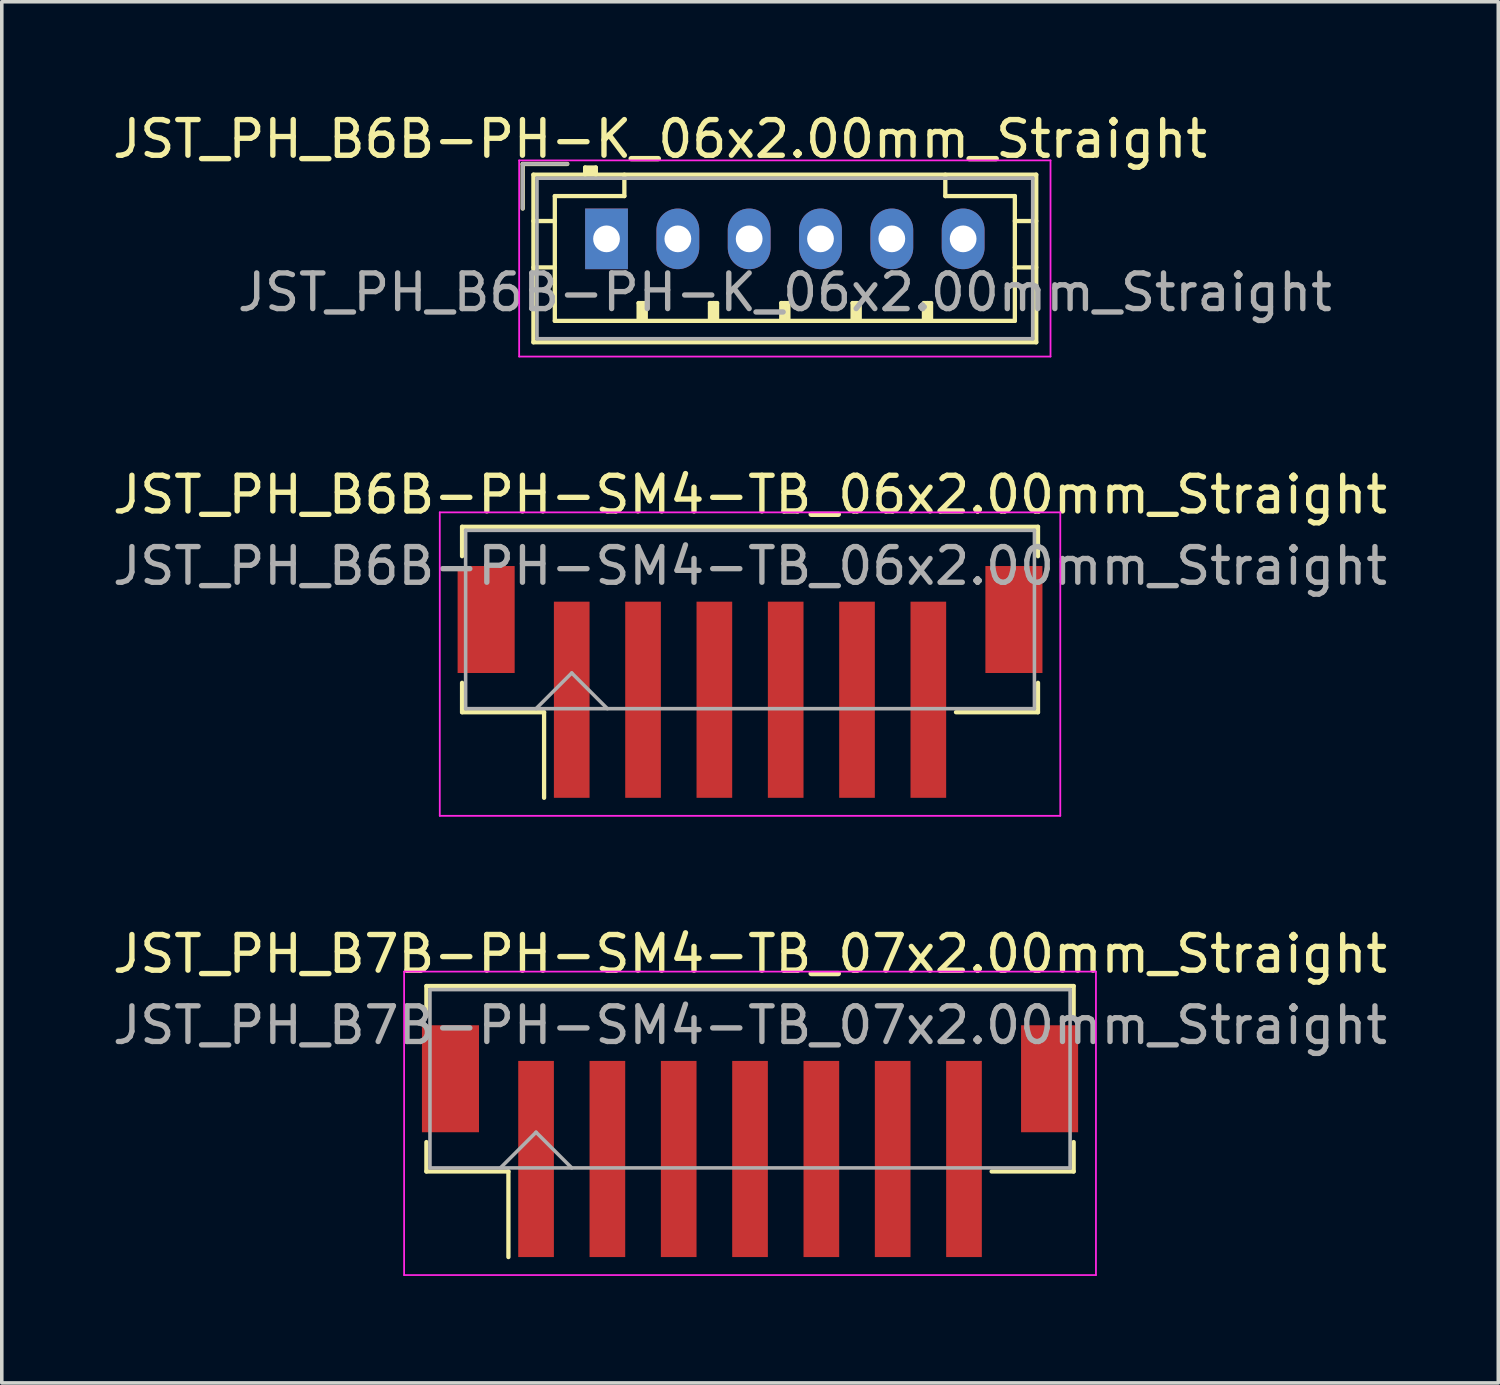
<source format=kicad_pcb>
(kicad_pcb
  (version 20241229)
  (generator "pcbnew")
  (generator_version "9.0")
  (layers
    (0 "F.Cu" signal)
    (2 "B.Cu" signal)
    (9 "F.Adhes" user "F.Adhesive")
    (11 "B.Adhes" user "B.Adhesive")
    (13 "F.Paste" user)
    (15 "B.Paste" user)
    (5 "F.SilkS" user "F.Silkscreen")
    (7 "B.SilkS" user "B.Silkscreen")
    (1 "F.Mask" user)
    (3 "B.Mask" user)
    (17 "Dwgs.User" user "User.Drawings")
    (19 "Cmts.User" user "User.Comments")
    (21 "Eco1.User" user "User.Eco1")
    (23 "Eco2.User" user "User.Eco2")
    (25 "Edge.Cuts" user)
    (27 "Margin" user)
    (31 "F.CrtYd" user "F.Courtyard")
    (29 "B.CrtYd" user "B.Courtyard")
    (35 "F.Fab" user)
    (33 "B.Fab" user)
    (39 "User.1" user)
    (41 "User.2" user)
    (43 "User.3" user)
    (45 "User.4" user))
  (footprint "JST_PH_B6B-PH-SM4-TB_06x2.00mm_Straight"
    (layer "F.Cu")
    (at 17.982 15.447)
    (property "Reference" "JST_PH_B6B-PH-SM4-TB_06x2.00mm_Straight" (at 0 -4.625 0) (layer "F.SilkS") (effects (font (size 1 1) (thickness 0.15))))
    (attr smd)
    (fp_line (start -8.075 -3.725) (end 8.075 -3.725) (stroke (width 0.12) (type solid)) (layer "F.SilkS"))
    (fp_line (start -8.075 -2.9) (end -8.075 -3.725) (stroke (width 0.12) (type solid)) (layer "F.SilkS"))
    (fp_line (start -8.075 0.65) (end -8.075 1.475) (stroke (width 0.12) (type solid)) (layer "F.SilkS"))
    (fp_line (start -8.075 1.475) (end -5.775 1.475) (stroke (width 0.12) (type solid)) (layer "F.SilkS"))
    (fp_line (start -5.775 1.475) (end -5.775 3.875) (stroke (width 0.12) (type solid)) (layer "F.SilkS"))
    (fp_line (start 8.075 -3.725) (end 8.075 -2.9) (stroke (width 0.12) (type solid)) (layer "F.SilkS"))
    (fp_line (start 8.075 0.65) (end 8.075 1.475) (stroke (width 0.12) (type solid)) (layer "F.SilkS"))
    (fp_line (start 8.075 1.475) (end 5.775 1.475) (stroke (width 0.12) (type solid)) (layer "F.SilkS"))
    (fp_line (start -8.7 -4.13) (end -8.7 4.38) (stroke (width 0.05) (type solid)) (layer "F.CrtYd"))
    (fp_line (start -8.7 4.38) (end 8.7 4.38) (stroke (width 0.05) (type solid)) (layer "F.CrtYd"))
    (fp_line (start 8.7 -4.13) (end -8.7 -4.13) (stroke (width 0.05) (type solid)) (layer "F.CrtYd"))
    (fp_line (start 8.7 4.38) (end 8.7 -4.13) (stroke (width 0.05) (type solid)) (layer "F.CrtYd"))
    (fp_line (start -7.975 -3.625) (end -7.975 1.375) (stroke (width 0.1) (type solid)) (layer "F.Fab"))
    (fp_line (start -7.975 1.375) (end 7.975 1.375) (stroke (width 0.1) (type solid)) (layer "F.Fab"))
    (fp_line (start -6 1.375) (end -5 0.375) (stroke (width 0.1) (type solid)) (layer "F.Fab"))
    (fp_line (start -5 0.375) (end -4 1.375) (stroke (width 0.1) (type solid)) (layer "F.Fab"))
    (fp_line (start 7.975 -3.625) (end -7.975 -3.625) (stroke (width 0.1) (type solid)) (layer "F.Fab"))
    (fp_line (start 7.975 1.375) (end 7.975 -3.625) (stroke (width 0.1) (type solid)) (layer "F.Fab"))
    (fp_text user "${REFERENCE}" (at 0 -2.625 0) (layer "F.Fab") (effects (font (size 1 1) (thickness 0.15))))
    (pad "" smd rect (at -7.4 -1.125) (size 1.6 3) (layers "F.Cu" "F.Mask" "F.Paste"))
    (pad "" smd rect (at 7.4 -1.125) (size 1.6 3) (layers "F.Cu" "F.Mask" "F.Paste"))
    (pad "1" smd rect (at -5 1.125) (size 1 5.5) (layers "F.Cu" "F.Mask" "F.Paste"))
    (pad "2" smd rect (at -3 1.125) (size 1 5.5) (layers "F.Cu" "F.Mask" "F.Paste"))
    (pad "3" smd rect (at -1 1.125) (size 1 5.5) (layers "F.Cu" "F.Mask" "F.Paste"))
    (pad "4" smd rect (at 1 1.125) (size 1 5.5) (layers "F.Cu" "F.Mask" "F.Paste"))
    (pad "5" smd rect (at 3 1.125) (size 1 5.5) (layers "F.Cu" "F.Mask" "F.Paste"))
    (pad "6" smd rect (at 5 1.125) (size 1 5.5) (layers "F.Cu" "F.Mask" "F.Paste")))
  (footprint "JST_PH_B7B-PH-SM4-TB_07x2.00mm_Straight"
    (layer "F.Cu")
    (at 17.982 28.325)
    (property "Reference" "JST_PH_B7B-PH-SM4-TB_07x2.00mm_Straight" (at 0 -4.625 0) (layer "F.SilkS") (effects (font (size 1 1) (thickness 0.15))))
    (attr smd)
    (fp_line (start -9.075 -3.725) (end 9.075 -3.725) (stroke (width 0.12) (type solid)) (layer "F.SilkS"))
    (fp_line (start -9.075 -2.9) (end -9.075 -3.725) (stroke (width 0.12) (type solid)) (layer "F.SilkS"))
    (fp_line (start -9.075 0.65) (end -9.075 1.475) (stroke (width 0.12) (type solid)) (layer "F.SilkS"))
    (fp_line (start -9.075 1.475) (end -6.775 1.475) (stroke (width 0.12) (type solid)) (layer "F.SilkS"))
    (fp_line (start -6.775 1.475) (end -6.775 3.875) (stroke (width 0.12) (type solid)) (layer "F.SilkS"))
    (fp_line (start 9.075 -3.725) (end 9.075 -2.9) (stroke (width 0.12) (type solid)) (layer "F.SilkS"))
    (fp_line (start 9.075 0.65) (end 9.075 1.475) (stroke (width 0.12) (type solid)) (layer "F.SilkS"))
    (fp_line (start 9.075 1.475) (end 6.775 1.475) (stroke (width 0.12) (type solid)) (layer "F.SilkS"))
    (fp_line (start -9.7 -4.13) (end -9.7 4.38) (stroke (width 0.05) (type solid)) (layer "F.CrtYd"))
    (fp_line (start -9.7 4.38) (end 9.7 4.38) (stroke (width 0.05) (type solid)) (layer "F.CrtYd"))
    (fp_line (start 9.7 -4.13) (end -9.7 -4.13) (stroke (width 0.05) (type solid)) (layer "F.CrtYd"))
    (fp_line (start 9.7 4.38) (end 9.7 -4.13) (stroke (width 0.05) (type solid)) (layer "F.CrtYd"))
    (fp_line (start -8.975 -3.625) (end -8.975 1.375) (stroke (width 0.1) (type solid)) (layer "F.Fab"))
    (fp_line (start -8.975 1.375) (end 8.975 1.375) (stroke (width 0.1) (type solid)) (layer "F.Fab"))
    (fp_line (start -7 1.375) (end -6 0.375) (stroke (width 0.1) (type solid)) (layer "F.Fab"))
    (fp_line (start -6 0.375) (end -5 1.375) (stroke (width 0.1) (type solid)) (layer "F.Fab"))
    (fp_line (start 8.975 -3.625) (end -8.975 -3.625) (stroke (width 0.1) (type solid)) (layer "F.Fab"))
    (fp_line (start 8.975 1.375) (end 8.975 -3.625) (stroke (width 0.1) (type solid)) (layer "F.Fab"))
    (fp_text user "${REFERENCE}" (at 0 -2.625 0) (layer "F.Fab") (effects (font (size 1 1) (thickness 0.15))))
    (pad "" smd rect (at -8.4 -1.125) (size 1.6 3) (layers "F.Cu" "F.Mask" "F.Paste"))
    (pad "" smd rect (at 8.4 -1.125) (size 1.6 3) (layers "F.Cu" "F.Mask" "F.Paste"))
    (pad "1" smd rect (at -6 1.125) (size 1 5.5) (layers "F.Cu" "F.Mask" "F.Paste"))
    (pad "2" smd rect (at -4 1.125) (size 1 5.5) (layers "F.Cu" "F.Mask" "F.Paste"))
    (pad "3" smd rect (at -2 1.125) (size 1 5.5) (layers "F.Cu" "F.Mask" "F.Paste"))
    (pad "4" smd rect (at 0 1.125) (size 1 5.5) (layers "F.Cu" "F.Mask" "F.Paste"))
    (pad "5" smd rect (at 2 1.125) (size 1 5.5) (layers "F.Cu" "F.Mask" "F.Paste"))
    (pad "6" smd rect (at 4 1.125) (size 1 5.5) (layers "F.Cu" "F.Mask" "F.Paste"))
    (pad "7" smd rect (at 6 1.125) (size 1 5.5) (layers "F.Cu" "F.Mask" "F.Paste")))
  (footprint "JST_PH_B6B-PH-K_06x2.00mm_Straight"
    (layer "F.Cu")
    (at 13.958 3.648)
    (property "Reference" "JST_PH_B6B-PH-K_06x2.00mm_Straight" (at 1.5 -2.8 0) (layer "F.SilkS") (effects (font (size 1 1) (thickness 0.15))))
    (attr through_hole)
    (fp_line (start -2.35 -2.1) (end -2.35 -0.85) (stroke (width 0.12) (type solid)) (layer "F.SilkS"))
    (fp_line (start -2.05 -1.8) (end -2.05 2.9) (stroke (width 0.12) (type solid)) (layer "F.SilkS"))
    (fp_line (start -2.05 -0.5) (end -1.45 -0.5) (stroke (width 0.12) (type solid)) (layer "F.SilkS"))
    (fp_line (start -2.05 0.8) (end -1.45 0.8) (stroke (width 0.12) (type solid)) (layer "F.SilkS"))
    (fp_line (start -2.05 2.9) (end 12.05 2.9) (stroke (width 0.12) (type solid)) (layer "F.SilkS"))
    (fp_line (start -1.45 -1.2) (end -1.45 2.3) (stroke (width 0.12) (type solid)) (layer "F.SilkS"))
    (fp_line (start -1.45 2.3) (end 11.45 2.3) (stroke (width 0.12) (type solid)) (layer "F.SilkS"))
    (fp_line (start -1.1 -2.1) (end -2.35 -2.1) (stroke (width 0.12) (type solid)) (layer "F.SilkS"))
    (fp_line (start -0.6 -2) (end -0.6 -1.8) (stroke (width 0.12) (type solid)) (layer "F.SilkS"))
    (fp_line (start -0.3 -2) (end -0.6 -2) (stroke (width 0.12) (type solid)) (layer "F.SilkS"))
    (fp_line (start -0.3 -1.9) (end -0.6 -1.9) (stroke (width 0.12) (type solid)) (layer "F.SilkS"))
    (fp_line (start -0.3 -1.8) (end -0.3 -2) (stroke (width 0.12) (type solid)) (layer "F.SilkS"))
    (fp_line (start 0.5 -1.8) (end 0.5 -1.2) (stroke (width 0.12) (type solid)) (layer "F.SilkS"))
    (fp_line (start 0.5 -1.2) (end -1.45 -1.2) (stroke (width 0.12) (type solid)) (layer "F.SilkS"))
    (fp_line (start 0.9 1.8) (end 1.1 1.8) (stroke (width 0.12) (type solid)) (layer "F.SilkS"))
    (fp_line (start 0.9 2.3) (end 0.9 1.8) (stroke (width 0.12) (type solid)) (layer "F.SilkS"))
    (fp_line (start 1 2.3) (end 1 1.8) (stroke (width 0.12) (type solid)) (layer "F.SilkS"))
    (fp_line (start 1.1 1.8) (end 1.1 2.3) (stroke (width 0.12) (type solid)) (layer "F.SilkS"))
    (fp_line (start 2.9 1.8) (end 3.1 1.8) (stroke (width 0.12) (type solid)) (layer "F.SilkS"))
    (fp_line (start 2.9 2.3) (end 2.9 1.8) (stroke (width 0.12) (type solid)) (layer "F.SilkS"))
    (fp_line (start 3 2.3) (end 3 1.8) (stroke (width 0.12) (type solid)) (layer "F.SilkS"))
    (fp_line (start 3.1 1.8) (end 3.1 2.3) (stroke (width 0.12) (type solid)) (layer "F.SilkS"))
    (fp_line (start 4.9 1.8) (end 5.1 1.8) (stroke (width 0.12) (type solid)) (layer "F.SilkS"))
    (fp_line (start 4.9 2.3) (end 4.9 1.8) (stroke (width 0.12) (type solid)) (layer "F.SilkS"))
    (fp_line (start 5 2.3) (end 5 1.8) (stroke (width 0.12) (type solid)) (layer "F.SilkS"))
    (fp_line (start 5.1 1.8) (end 5.1 2.3) (stroke (width 0.12) (type solid)) (layer "F.SilkS"))
    (fp_line (start 6.9 1.8) (end 7.1 1.8) (stroke (width 0.12) (type solid)) (layer "F.SilkS"))
    (fp_line (start 6.9 2.3) (end 6.9 1.8) (stroke (width 0.12) (type solid)) (layer "F.SilkS"))
    (fp_line (start 7 2.3) (end 7 1.8) (stroke (width 0.12) (type solid)) (layer "F.SilkS"))
    (fp_line (start 7.1 1.8) (end 7.1 2.3) (stroke (width 0.12) (type solid)) (layer "F.SilkS"))
    (fp_line (start 8.9 1.8) (end 9.1 1.8) (stroke (width 0.12) (type solid)) (layer "F.SilkS"))
    (fp_line (start 8.9 2.3) (end 8.9 1.8) (stroke (width 0.12) (type solid)) (layer "F.SilkS"))
    (fp_line (start 9 2.3) (end 9 1.8) (stroke (width 0.12) (type solid)) (layer "F.SilkS"))
    (fp_line (start 9.1 1.8) (end 9.1 2.3) (stroke (width 0.12) (type solid)) (layer "F.SilkS"))
    (fp_line (start 9.5 -1.2) (end 9.5 -1.8) (stroke (width 0.12) (type solid)) (layer "F.SilkS"))
    (fp_line (start 11.45 -1.2) (end 9.5 -1.2) (stroke (width 0.12) (type solid)) (layer "F.SilkS"))
    (fp_line (start 11.45 2.3) (end 11.45 -1.2) (stroke (width 0.12) (type solid)) (layer "F.SilkS"))
    (fp_line (start 12.05 -1.8) (end -2.05 -1.8) (stroke (width 0.12) (type solid)) (layer "F.SilkS"))
    (fp_line (start 12.05 -0.5) (end 11.45 -0.5) (stroke (width 0.12) (type solid)) (layer "F.SilkS"))
    (fp_line (start 12.05 0.8) (end 11.45 0.8) (stroke (width 0.12) (type solid)) (layer "F.SilkS"))
    (fp_line (start 12.05 2.9) (end 12.05 -1.8) (stroke (width 0.12) (type solid)) (layer "F.SilkS"))
    (fp_line (start -2.45 -2.2) (end -2.45 3.3) (stroke (width 0.05) (type solid)) (layer "F.CrtYd"))
    (fp_line (start -2.45 3.3) (end 12.45 3.3) (stroke (width 0.05) (type solid)) (layer "F.CrtYd"))
    (fp_line (start 12.45 -2.2) (end -2.45 -2.2) (stroke (width 0.05) (type solid)) (layer "F.CrtYd"))
    (fp_line (start 12.45 3.3) (end 12.45 -2.2) (stroke (width 0.05) (type solid)) (layer "F.CrtYd"))
    (fp_line (start -2.35 -2.1) (end -2.35 -0.85) (stroke (width 0.1) (type solid)) (layer "F.Fab"))
    (fp_line (start -1.95 -1.7) (end -1.95 2.8) (stroke (width 0.1) (type solid)) (layer "F.Fab"))
    (fp_line (start -1.95 2.8) (end 11.95 2.8) (stroke (width 0.1) (type solid)) (layer "F.Fab"))
    (fp_line (start -1.1 -2.1) (end -2.35 -2.1) (stroke (width 0.1) (type solid)) (layer "F.Fab"))
    (fp_line (start 11.95 -1.7) (end -1.95 -1.7) (stroke (width 0.1) (type solid)) (layer "F.Fab"))
    (fp_line (start 11.95 2.8) (end 11.95 -1.7) (stroke (width 0.1) (type solid)) (layer "F.Fab"))
    (fp_text user "${REFERENCE}" (at 5 1.5 0) (layer "F.Fab") (effects (font (size 1 1) (thickness 0.15))))
    (pad "1" thru_hole rect (at 0 0) (size 1.2 1.7) (drill 0.75) (layers "*.Cu" "*.Mask"))
    (pad "2" thru_hole oval (at 2 0) (size 1.2 1.7) (drill 0.75) (layers "*.Cu" "*.Mask"))
    (pad "3" thru_hole oval (at 4 0) (size 1.2 1.7) (drill 0.75) (layers "*.Cu" "*.Mask"))
    (pad "4" thru_hole oval (at 6 0) (size 1.2 1.7) (drill 0.75) (layers "*.Cu" "*.Mask"))
    (pad "5" thru_hole oval (at 8 0) (size 1.2 1.7) (drill 0.75) (layers "*.Cu" "*.Mask"))
    (pad "6" thru_hole oval (at 10 0) (size 1.2 1.7) (drill 0.75) (layers "*.Cu" "*.Mask")))
  (gr_rect
    (start -3 -3)
    (end 38.964 35.73)
    (stroke (width 0.1) (type default))
    (fill no)
    (layer "Edge.Cuts")))
</source>
